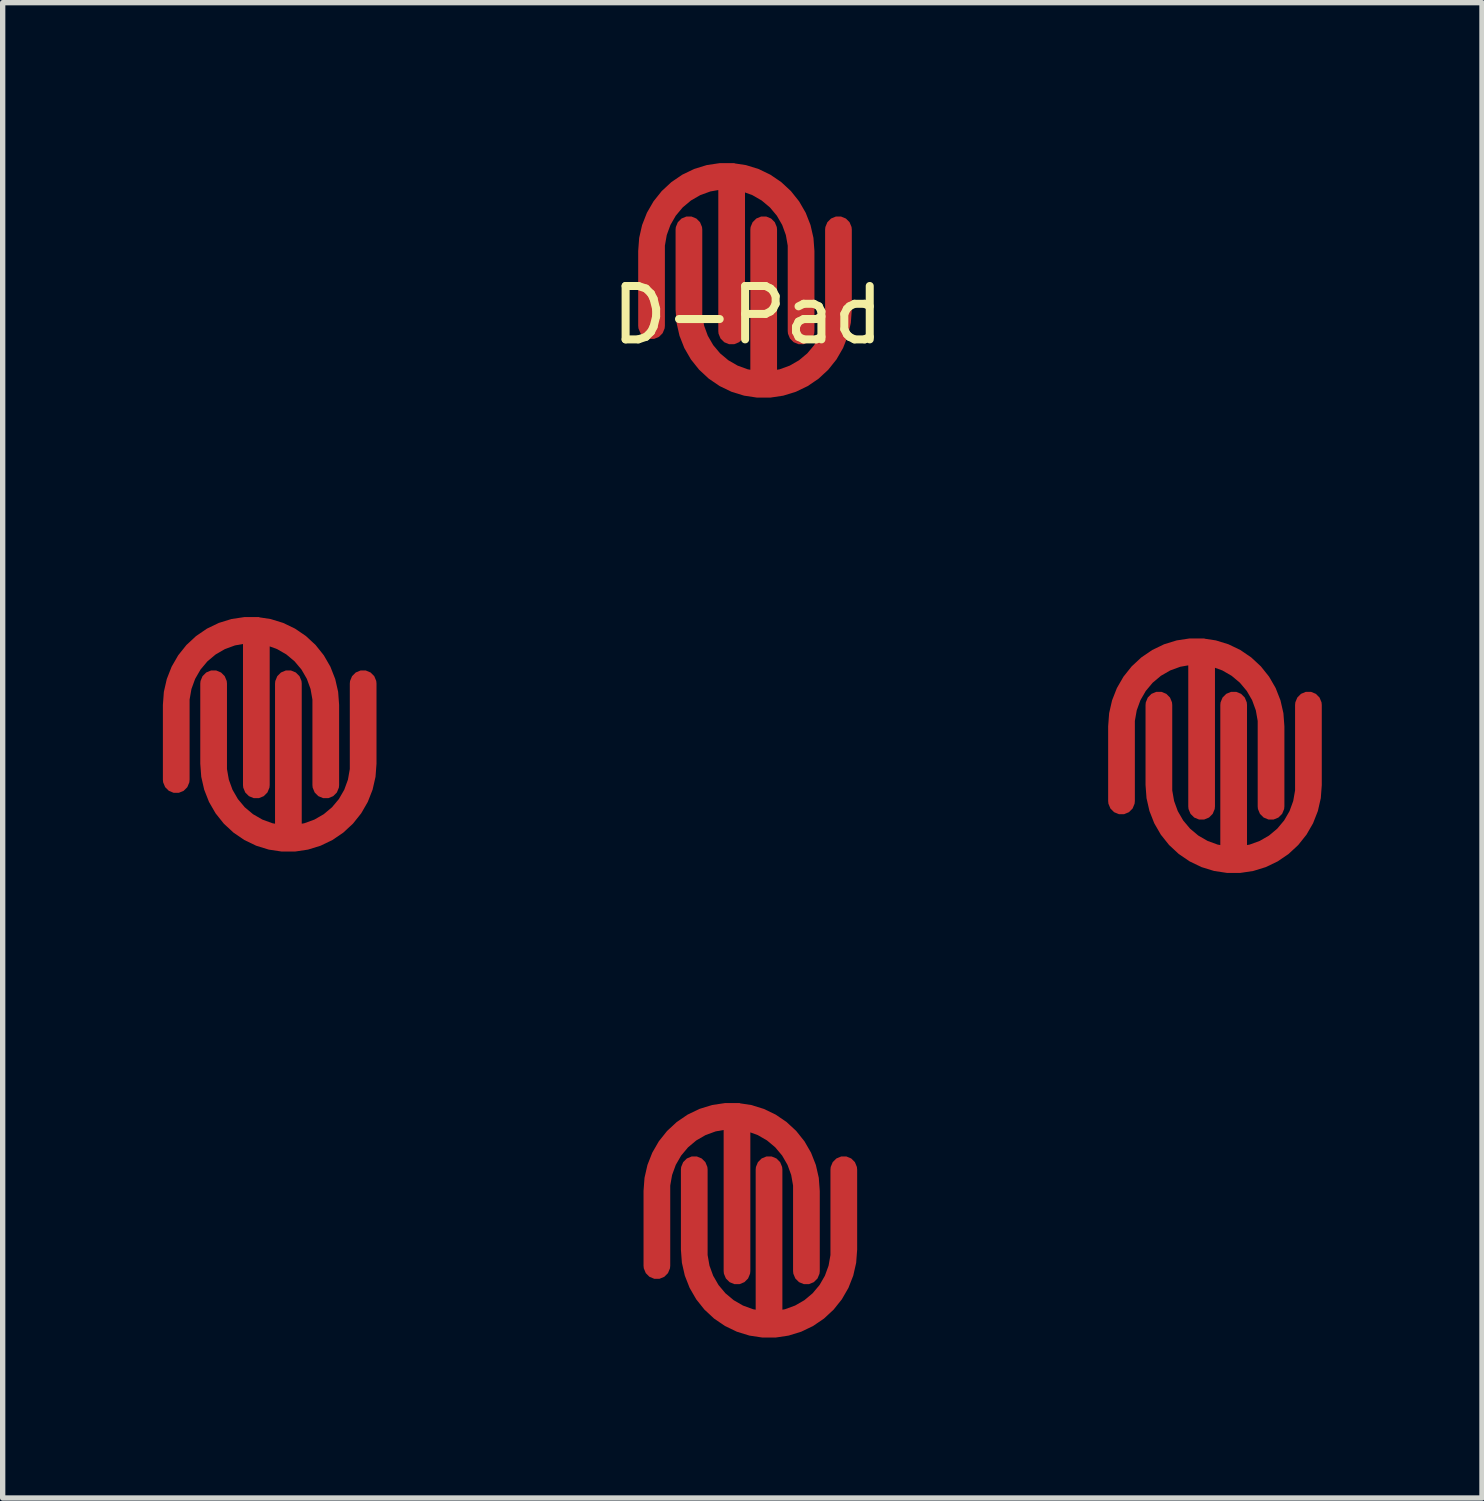
<source format=kicad_pcb>
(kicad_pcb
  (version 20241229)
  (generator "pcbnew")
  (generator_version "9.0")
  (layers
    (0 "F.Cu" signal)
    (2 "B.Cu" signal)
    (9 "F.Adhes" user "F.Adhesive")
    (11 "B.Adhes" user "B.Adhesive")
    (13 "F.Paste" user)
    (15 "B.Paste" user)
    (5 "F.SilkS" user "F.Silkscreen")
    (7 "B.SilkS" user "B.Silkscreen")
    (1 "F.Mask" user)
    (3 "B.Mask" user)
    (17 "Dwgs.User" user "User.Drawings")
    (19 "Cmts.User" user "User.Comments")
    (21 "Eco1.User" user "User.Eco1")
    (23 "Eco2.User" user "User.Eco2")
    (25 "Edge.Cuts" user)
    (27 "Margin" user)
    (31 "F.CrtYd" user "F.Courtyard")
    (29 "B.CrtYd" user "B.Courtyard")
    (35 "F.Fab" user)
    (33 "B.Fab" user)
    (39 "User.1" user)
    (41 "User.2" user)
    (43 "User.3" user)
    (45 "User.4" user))
  (footprint "D-Pad"
    (layer "F.Cu")
    (at 10.95 10.95)
    (property "Reference" "D-Pad" (at 0 -8.1 0) (layer "F.SilkS") (effects (font (size 1 1) (thickness 0.15))))
    (attr through_hole)
    (pad "1" smd custom (at -0.3 -10.7) (size 0.5 0.5) (layers "F.Cu" "F.Mask" "F.Paste") (options (anchor circle)) (primitives (gr_line (start 0 0) (end 0 2.9) (width 0.5)) (gr_line (start 1.3 1.4) (end 1.3 2.9) (width 0.5)) (gr_line (start -1.5 1.4) (end -1.5 2.8) (width 0.5)) (gr_arc (start -1.5 1.4) (mid -0.1 0) (end 1.3 1.4) (width 0.5))))
    (pad "2" smd custom (at 8.5 -1.8) (size 0.5 0.5) (layers "F.Cu" "F.Mask" "F.Paste") (options (anchor circle)) (primitives (gr_line (start 0 0) (end 0 2.9) (width 0.5)) (gr_line (start 1.3 1.4) (end 1.3 2.9) (width 0.5)) (gr_line (start -1.5 1.4) (end -1.5 2.8) (width 0.5)) (gr_arc (start -1.5 1.4) (mid -0.1 0) (end 1.3 1.4) (width 0.5))))
    (pad "3" smd custom (at -0.2 6.9) (size 0.5 0.5) (layers "F.Cu" "F.Mask" "F.Paste") (options (anchor circle)) (primitives (gr_line (start 0 0) (end 0 2.9) (width 0.5)) (gr_line (start 1.3 1.4) (end 1.3 2.9) (width 0.5)) (gr_line (start -1.5 1.4) (end -1.5 2.8) (width 0.5)) (gr_arc (start -1.5 1.4) (mid -0.1 0) (end 1.3 1.4) (width 0.5))))
    (pad "4" smd custom (at -9.2 -2.2) (size 0.5 0.5) (layers "F.Cu" "F.Mask" "F.Paste") (options (anchor circle)) (primitives (gr_line (start 0 0) (end 0 2.9) (width 0.5)) (gr_line (start 1.3 1.4) (end 1.3 2.9) (width 0.5)) (gr_line (start -1.5 1.4) (end -1.5 2.8) (width 0.5)) (gr_arc (start -1.5 1.4) (mid -0.1 0) (end 1.3 1.4) (width 0.5))))
    (pad "5" smd custom (at -8.6 1.7) (size 0.5 0.5) (layers "F.Cu" "F.Mask" "F.Paste") (options (anchor circle)) (primitives (gr_line (start 0 -2.9) (end 0 0) (width 0.5)) (gr_line (start -1.4 -2.9) (end -1.4 -1.4) (width 0.5)) (gr_arc (start 1.4 -1.4) (mid 0 0) (end -1.4 -1.4) (width 0.5)) (gr_line (start 1.4 -2.9) (end 1.4 -1.4) (width 0.5))))
    (pad "5" smd custom (at 0.3 -6.8) (size 0.5 0.5) (layers "F.Cu" "F.Mask" "F.Paste") (options (anchor circle)) (primitives (gr_line (start 0 -2.9) (end 0 0) (width 0.5)) (gr_line (start -1.4 -2.9) (end -1.4 -1.4) (width 0.5)) (gr_arc (start 1.4 -1.4) (mid 0 0) (end -1.4 -1.4) (width 0.5)) (gr_line (start 1.4 -2.9) (end 1.4 -1.4) (width 0.5))))
    (pad "5" smd custom (at 0.4 10.8) (size 0.5 0.5) (layers "F.Cu" "F.Mask" "F.Paste") (options (anchor circle)) (primitives (gr_line (start 0 -2.9) (end 0 0) (width 0.5)) (gr_line (start -1.4 -2.9) (end -1.4 -1.4) (width 0.5)) (gr_arc (start 1.4 -1.4) (mid 0 0) (end -1.4 -1.4) (width 0.5)) (gr_line (start 1.4 -2.9) (end 1.4 -1.4) (width 0.5))))
    (pad "5" smd custom (at 9.1 2.1) (size 0.5 0.5) (layers "F.Cu" "F.Mask" "F.Paste") (options (anchor circle)) (primitives (gr_line (start 0 -2.9) (end 0 0) (width 0.5)) (gr_line (start -1.4 -2.9) (end -1.4 -1.4) (width 0.5)) (gr_arc (start 1.4 -1.4) (mid 0 0) (end -1.4 -1.4) (width 0.5)) (gr_line (start 1.4 -2.9) (end 1.4 -1.4) (width 0.5)))))
  (gr_rect
    (start -3 -3)
    (end 24.7 25)
    (stroke (width 0.1) (type default))
    (fill no)
    (layer "Edge.Cuts")))
</source>
